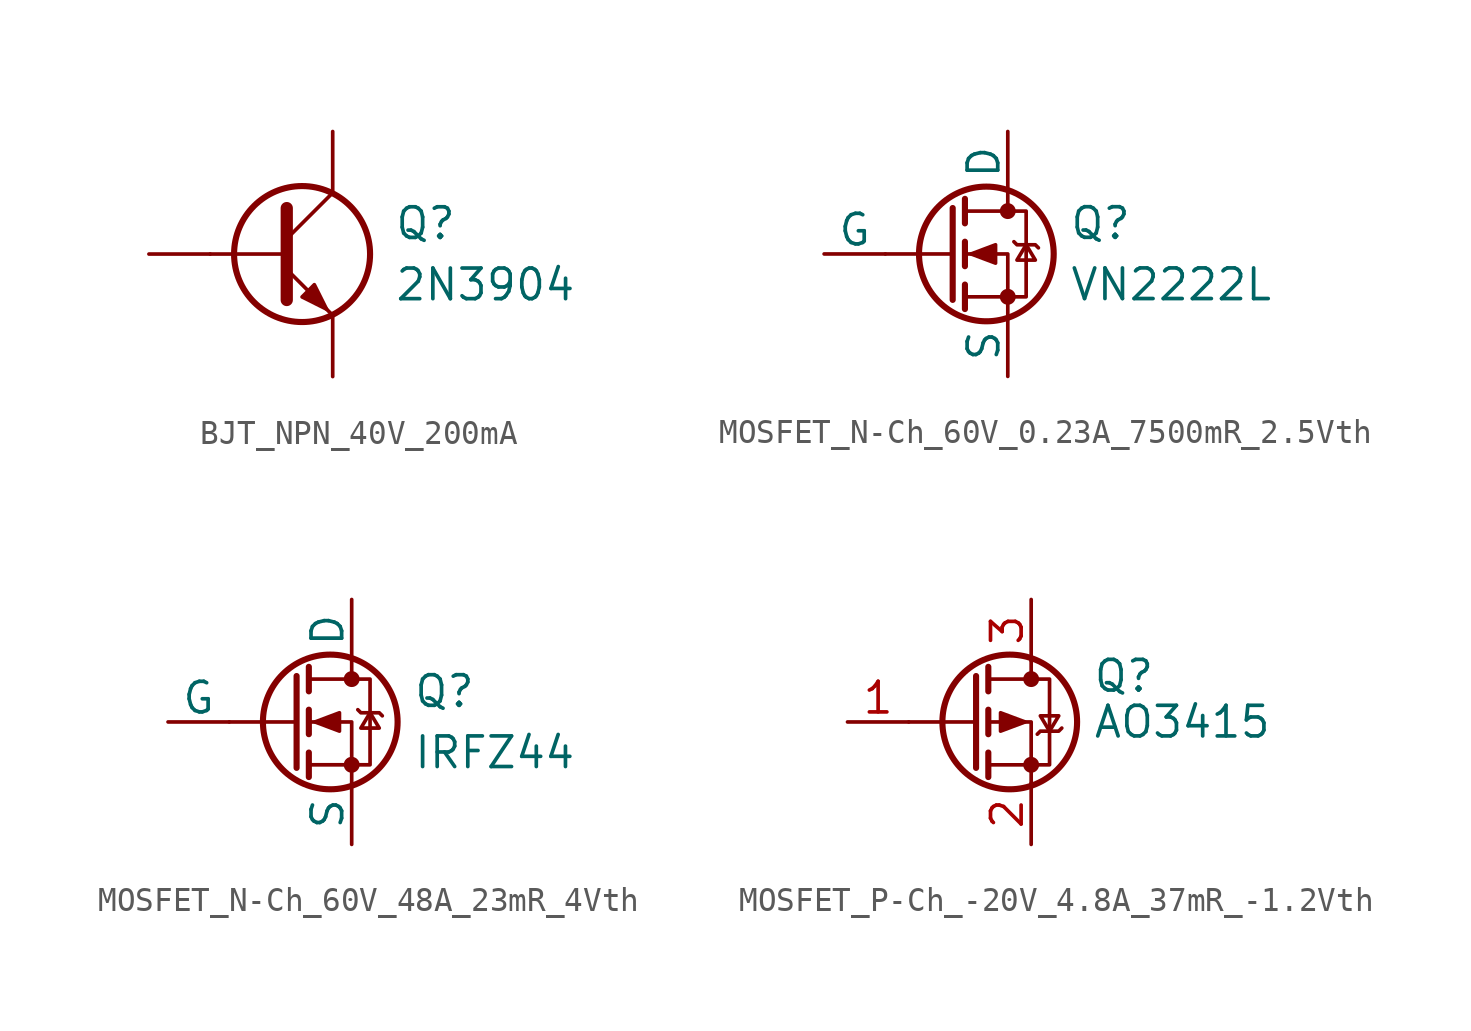
<source format=kicad_sym>
(kicad_symbol_lib
  (version 20241209)
  (generator "kicad_symbol_editor")
  (generator_version "9.0")
  (symbol "BJT_NPN_40V_200mA"
    (pin_numbers
      (hide yes))
    (pin_names
      (offset 0)
      (hide yes))
    (property "Reference" "Q"
      (at 5.08 1.27 0)
      (effects (font (size 1.27 1.27)) (justify left)))
    (property "Value" "2N3904"
      (at 5.08 -1.27 0)
      (effects (font (size 1.27 1.27)) (justify left)))
    (symbol "BJT_NPN_40V_200mA_0_1"
      (polyline (pts (xy -2.54 0) (xy 0.635 0)) (stroke (width 0) (type default)) (fill (type none)))
      (polyline (pts (xy 0.635 1.905) (xy 0.635 -1.905)) (stroke (width 0.508) (type default)) (fill (type none)))
      (polyline (pts (xy 0.635 0.635) (xy 2.54 2.54)) (stroke (width 0) (type default)) (fill (type none)))
      (polyline (pts (xy 0.635 -0.635) (xy 2.54 -2.54)) (stroke (width 0) (type default)) (fill (type none)))
      (circle (center 1.27 0) (radius 2.819) (stroke (width 0.254) (type default)) (fill (type none)))
      (polyline (pts (xy 1.27 -1.778) (xy 1.778 -1.27) (xy 2.286 -2.286) (xy 1.27 -1.778)) (stroke (width 0) (type default)) (fill (type outline))))
    (symbol "BJT_NPN_40V_200mA_1_1"
      (pin input line (at -5.08 0 0) (length 2.54) (name "B" (effects (font (size 1.27 1.27)))) (number "2" (effects (font (size 1.27 1.27)))))
      (pin passive line (at 2.54 5.08 270) (length 2.54) (name "C" (effects (font (size 1.27 1.27)))) (number "3" (effects (font (size 1.27 1.27)))))
      (pin passive line (at 2.54 -5.08 90) (length 2.54) (name "E" (effects (font (size 1.27 1.27)))) (number "1" (effects (font (size 1.27 1.27)))))))
  (symbol "MOSFET_N-Ch_60V_0.23A_7500mR_2.5Vth"
    (pin_numbers
      (hide yes))
    (pin_names
      (offset 0))
    (property "Reference" "Q"
      (at 5.08 1.27 0)
      (effects (font (size 1.27 1.27)) (justify left)))
    (property "Value" "VN2222L"
      (at 5.08 -1.27 0)
      (effects (font (size 1.27 1.27)) (justify left)))
    (symbol "MOSFET_N-Ch_60V_0.23A_7500mR_2.5Vth_0_1"
      (polyline (pts (xy 0.254 1.905) (xy 0.254 -1.905)) (stroke (width 0.254) (type default)) (fill (type none)))
      (polyline (pts (xy 0.254 0) (xy -2.54 0)) (stroke (width 0) (type default)) (fill (type none)))
      (polyline (pts (xy 0.762 2.286) (xy 0.762 1.27)) (stroke (width 0.254) (type default)) (fill (type none)))
      (polyline (pts (xy 0.762 0.508) (xy 0.762 -0.508)) (stroke (width 0.254) (type default)) (fill (type none)))
      (polyline (pts (xy 0.762 -1.27) (xy 0.762 -2.286)) (stroke (width 0.254) (type default)) (fill (type none)))
      (polyline (pts (xy 0.762 -1.778) (xy 3.302 -1.778) (xy 3.302 1.778) (xy 0.762 1.778)) (stroke (width 0) (type default)) (fill (type none)))
      (polyline (pts (xy 1.016 0) (xy 2.032 0.381) (xy 2.032 -0.381) (xy 1.016 0)) (stroke (width 0) (type default)) (fill (type outline)))
      (circle (center 1.651 0) (radius 2.794) (stroke (width 0.254) (type default)) (fill (type none)))
      (polyline (pts (xy 2.54 2.54) (xy 2.54 1.778)) (stroke (width 0) (type default)) (fill (type none)))
      (circle (center 2.54 1.778) (radius 0.254) (stroke (width 0) (type default)) (fill (type outline)))
      (circle (center 2.54 -1.778) (radius 0.254) (stroke (width 0) (type default)) (fill (type outline)))
      (polyline (pts (xy 2.54 -2.54) (xy 2.54 0) (xy 0.762 0)) (stroke (width 0) (type default)) (fill (type none)))
      (polyline (pts (xy 2.794 0.508) (xy 2.921 0.381) (xy 3.683 0.381) (xy 3.81 0.254)) (stroke (width 0) (type default)) (fill (type none)))
      (polyline (pts (xy 3.302 0.381) (xy 2.921 -0.254) (xy 3.683 -0.254) (xy 3.302 0.381)) (stroke (width 0) (type default)) (fill (type none))))
    (symbol "MOSFET_N-Ch_60V_0.23A_7500mR_2.5Vth_1_1"
      (pin input line (at -5.08 0 0) (length 2.54) (name "G" (effects (font (size 1.27 1.27)))) (number "2" (effects (font (size 1.27 1.27)))))
      (pin passive line (at 2.54 5.08 270) (length 2.54) (name "D" (effects (font (size 1.27 1.27)))) (number "3" (effects (font (size 1.27 1.27)))))
      (pin passive line (at 2.54 -5.08 90) (length 2.54) (name "S" (effects (font (size 1.27 1.27)))) (number "1" (effects (font (size 1.27 1.27)))))))
  (symbol "MOSFET_N-Ch_60V_48A_23mR_4Vth"
    (pin_numbers
      (hide yes))
    (pin_names
      (offset 0))
    (property "Reference" "Q"
      (at 5.08 1.27 0)
      (effects (font (size 1.27 1.27)) (justify left)))
    (property "Value" "IRFZ44"
      (at 5.08 -1.27 0)
      (effects (font (size 1.27 1.27)) (justify left)))
    (symbol "MOSFET_N-Ch_60V_48A_23mR_4Vth_0_1"
      (polyline (pts (xy 0.254 1.905) (xy 0.254 -1.905)) (stroke (width 0.254) (type default)) (fill (type none)))
      (polyline (pts (xy 0.254 0) (xy -2.54 0)) (stroke (width 0) (type default)) (fill (type none)))
      (polyline (pts (xy 0.762 2.286) (xy 0.762 1.27)) (stroke (width 0.254) (type default)) (fill (type none)))
      (polyline (pts (xy 0.762 0.508) (xy 0.762 -0.508)) (stroke (width 0.254) (type default)) (fill (type none)))
      (polyline (pts (xy 0.762 -1.27) (xy 0.762 -2.286)) (stroke (width 0.254) (type default)) (fill (type none)))
      (polyline (pts (xy 0.762 -1.778) (xy 3.302 -1.778) (xy 3.302 1.778) (xy 0.762 1.778)) (stroke (width 0) (type default)) (fill (type none)))
      (polyline (pts (xy 1.016 0) (xy 2.032 0.381) (xy 2.032 -0.381) (xy 1.016 0)) (stroke (width 0) (type default)) (fill (type outline)))
      (circle (center 1.651 0) (radius 2.794) (stroke (width 0.254) (type default)) (fill (type none)))
      (polyline (pts (xy 2.54 2.54) (xy 2.54 1.778)) (stroke (width 0) (type default)) (fill (type none)))
      (circle (center 2.54 1.778) (radius 0.254) (stroke (width 0) (type default)) (fill (type outline)))
      (circle (center 2.54 -1.778) (radius 0.254) (stroke (width 0) (type default)) (fill (type outline)))
      (polyline (pts (xy 2.54 -2.54) (xy 2.54 0) (xy 0.762 0)) (stroke (width 0) (type default)) (fill (type none)))
      (polyline (pts (xy 2.794 0.508) (xy 2.921 0.381) (xy 3.683 0.381) (xy 3.81 0.254)) (stroke (width 0) (type default)) (fill (type none)))
      (polyline (pts (xy 3.302 0.381) (xy 2.921 -0.254) (xy 3.683 -0.254) (xy 3.302 0.381)) (stroke (width 0) (type default)) (fill (type none))))
    (symbol "MOSFET_N-Ch_60V_48A_23mR_4Vth_1_1"
      (pin input line (at -5.08 0 0) (length 2.54) (name "G" (effects (font (size 1.27 1.27)))) (number "1" (effects (font (size 1.27 1.27)))))
      (pin passive line (at 2.54 5.08 270) (length 2.54) (name "D" (effects (font (size 1.27 1.27)))) (number "2" (effects (font (size 1.27 1.27)))))
      (pin passive line (at 2.54 -5.08 90) (length 2.54) (name "S" (effects (font (size 1.27 1.27)))) (number "3" (effects (font (size 1.27 1.27)))))))
  (symbol "MOSFET_P-Ch_-20V_4.8A_37mR_-1.2Vth"
    (pin_names
      (hide yes))
    (property "Reference" "Q"
      (at 5.08 1.905 0)
      (effects (font (size 1.27 1.27)) (justify left)))
    (property "Value" "AO3415"
      (at 5.08 0 0)
      (effects (font (size 1.27 1.27)) (justify left)))
    (symbol "MOSFET_P-Ch_-20V_4.8A_37mR_-1.2Vth_0_1"
      (polyline (pts (xy 0.254 1.905) (xy 0.254 -1.905)) (stroke (width 0.254) (type default)) (fill (type none)))
      (polyline (pts (xy 0.254 0) (xy -2.54 0)) (stroke (width 0) (type default)) (fill (type none)))
      (polyline (pts (xy 0.762 2.286) (xy 0.762 1.27)) (stroke (width 0.254) (type default)) (fill (type none)))
      (polyline (pts (xy 0.762 1.778) (xy 3.302 1.778) (xy 3.302 -1.778) (xy 0.762 -1.778)) (stroke (width 0) (type default)) (fill (type none)))
      (polyline (pts (xy 0.762 0.508) (xy 0.762 -0.508)) (stroke (width 0.254) (type default)) (fill (type none)))
      (polyline (pts (xy 0.762 -1.27) (xy 0.762 -2.286)) (stroke (width 0.254) (type default)) (fill (type none)))
      (circle (center 1.651 0) (radius 2.794) (stroke (width 0.254) (type default)) (fill (type none)))
      (polyline (pts (xy 2.286 0) (xy 1.27 0.381) (xy 1.27 -0.381) (xy 2.286 0)) (stroke (width 0) (type default)) (fill (type outline)))
      (polyline (pts (xy 2.54 2.54) (xy 2.54 1.778)) (stroke (width 0) (type default)) (fill (type none)))
      (circle (center 2.54 1.778) (radius 0.254) (stroke (width 0) (type default)) (fill (type outline)))
      (circle (center 2.54 -1.778) (radius 0.254) (stroke (width 0) (type default)) (fill (type outline)))
      (polyline (pts (xy 2.54 -2.54) (xy 2.54 0) (xy 0.762 0)) (stroke (width 0) (type default)) (fill (type none)))
      (polyline (pts (xy 2.794 -0.508) (xy 2.921 -0.381) (xy 3.683 -0.381) (xy 3.81 -0.254)) (stroke (width 0) (type default)) (fill (type none)))
      (polyline (pts (xy 3.302 -0.381) (xy 2.921 0.254) (xy 3.683 0.254) (xy 3.302 -0.381)) (stroke (width 0) (type default)) (fill (type none))))
    (symbol "MOSFET_P-Ch_-20V_4.8A_37mR_-1.2Vth_1_1"
      (pin input line (at -5.08 0 0) (length 2.54) (name "G" (effects (font (size 1.27 1.27)))) (number "1" (effects (font (size 1.27 1.27)))))
      (pin passive line (at 2.54 5.08 270) (length 2.54) (name "D" (effects (font (size 1.27 1.27)))) (number "3" (effects (font (size 1.27 1.27)))))
      (pin passive line (at 2.54 -5.08 90) (length 2.54) (name "S" (effects (font (size 1.27 1.27)))) (number "2" (effects (font (size 1.27 1.27))))))))
</source>
